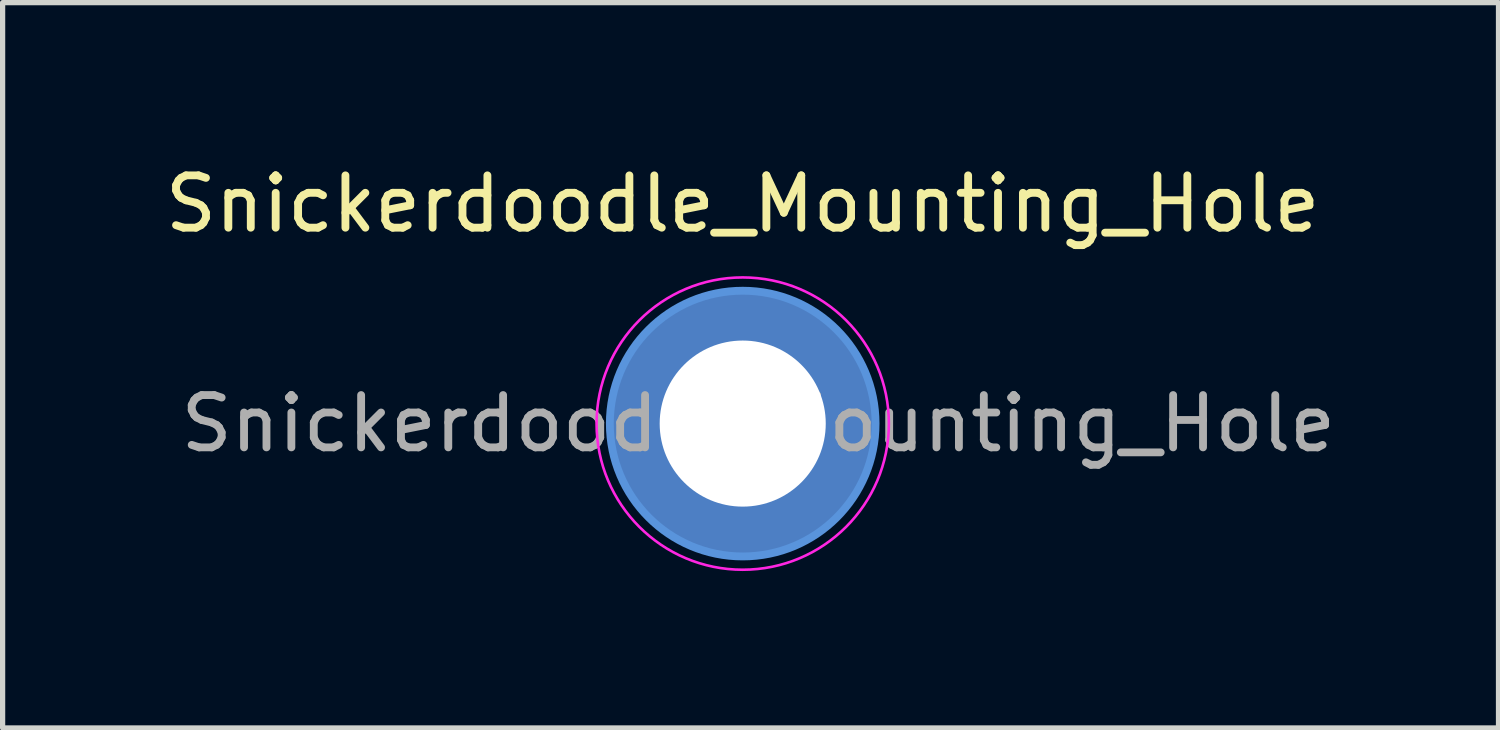
<source format=kicad_pcb>
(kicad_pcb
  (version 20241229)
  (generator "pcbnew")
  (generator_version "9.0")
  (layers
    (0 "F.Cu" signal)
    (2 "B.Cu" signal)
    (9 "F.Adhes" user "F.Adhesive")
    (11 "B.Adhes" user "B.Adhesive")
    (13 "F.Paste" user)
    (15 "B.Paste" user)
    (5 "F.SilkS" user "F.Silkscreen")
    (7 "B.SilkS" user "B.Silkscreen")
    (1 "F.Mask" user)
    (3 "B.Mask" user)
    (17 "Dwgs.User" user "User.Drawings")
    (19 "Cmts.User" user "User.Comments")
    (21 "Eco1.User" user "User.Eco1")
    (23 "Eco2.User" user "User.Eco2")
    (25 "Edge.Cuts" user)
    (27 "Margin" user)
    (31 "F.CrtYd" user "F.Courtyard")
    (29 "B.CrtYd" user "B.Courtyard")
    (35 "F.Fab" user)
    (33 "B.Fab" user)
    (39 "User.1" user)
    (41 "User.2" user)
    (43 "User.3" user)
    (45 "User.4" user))
  (footprint "Snickerdoodle_Mounting_Hole"
    (layer "F.Cu")
    (at 11.149 5.048)
    (property "Reference" "Snickerdoodle_Mounting_Hole" (at 0 -4.2 0) (layer "F.SilkS") (effects (font (size 1 1) (thickness 0.15))))
    (attr exclude_from_pos_files exclude_from_bom)
    (fp_circle (center 0 0) (end 2.54 0) (stroke (width 0.15) (type solid)) (fill no) (layer "Cmts.User"))
    (fp_circle (center 0 0) (end 2.794 0) (stroke (width 0.05) (type solid)) (fill no) (layer "F.CrtYd"))
    (fp_text user "${REFERENCE}" (at 0.3 0 0) (layer "F.Fab") (effects (font (size 1 1) (thickness 0.15))))
    (pad "1" thru_hole circle (at 0 0) (size 5.08 5.08) (drill 3.175) (layers "*.Cu" "*.Mask")))
  (gr_rect
    (start -3 -3)
    (end 25.598 10.867)
    (stroke (width 0.1) (type default))
    (fill no)
    (layer "Edge.Cuts")))
</source>
